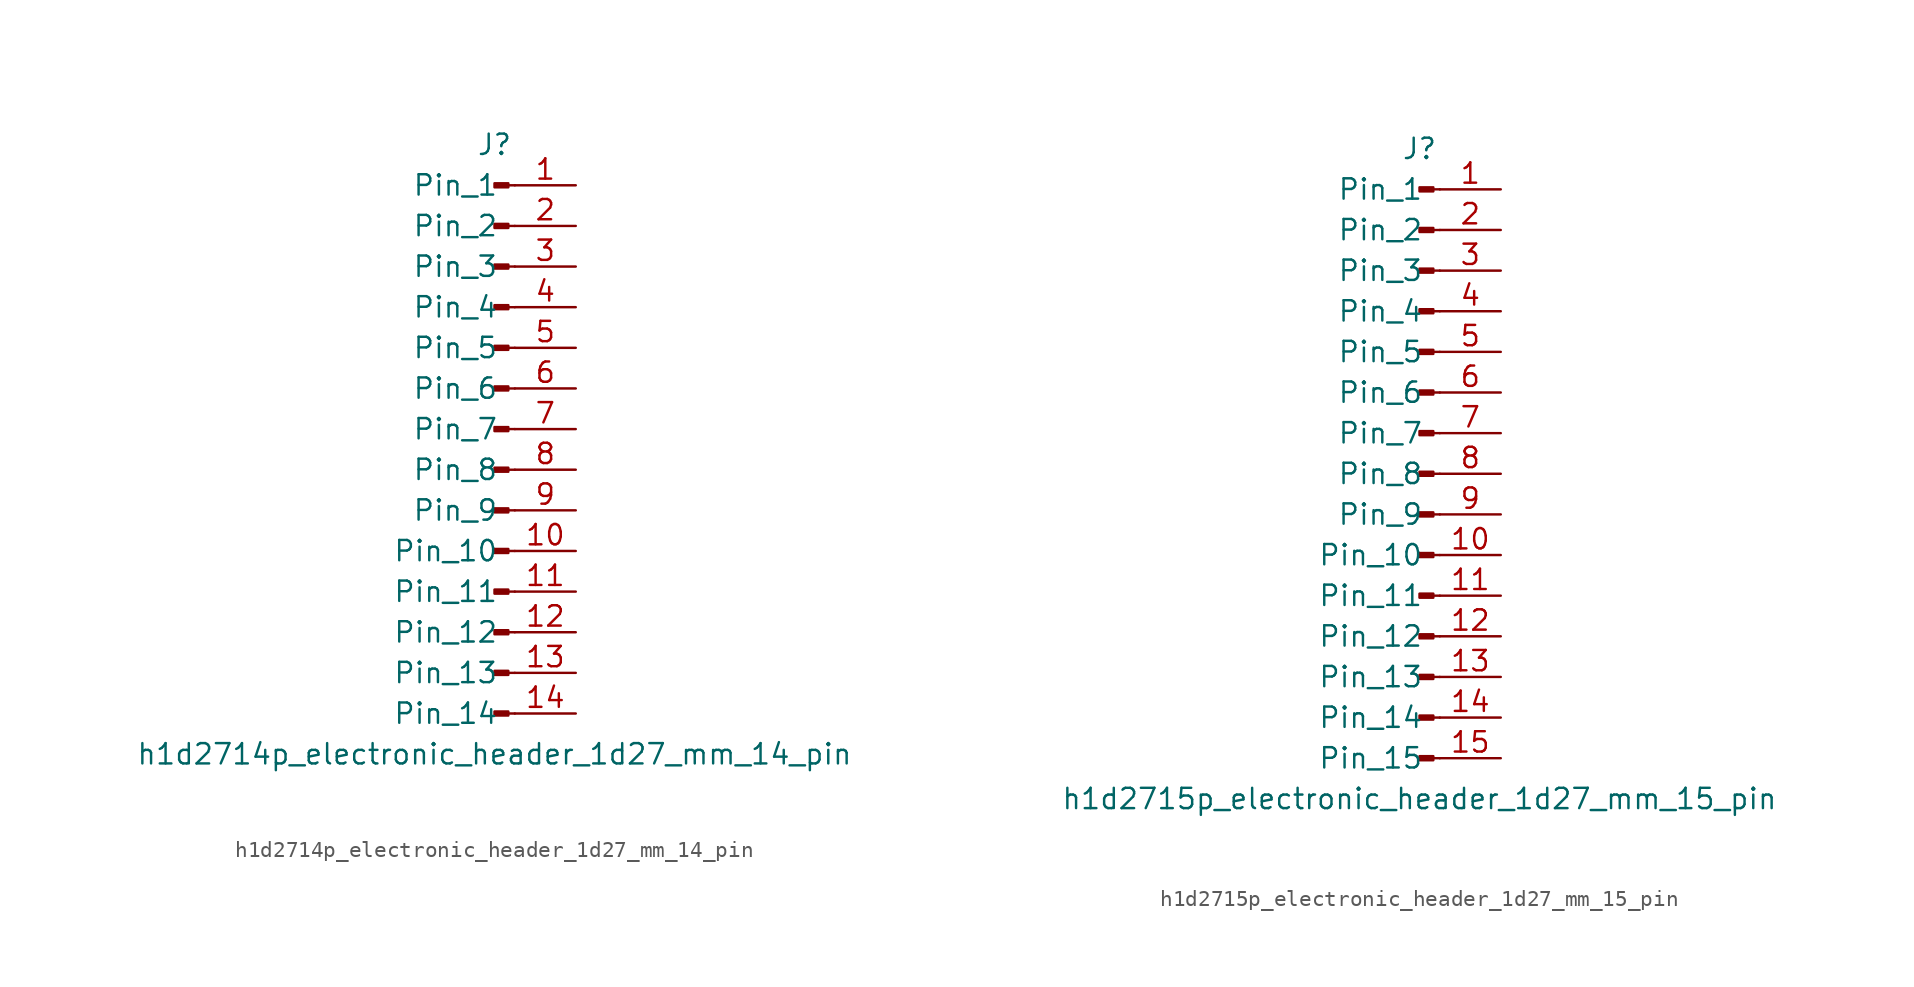
<source format=kicad_sym>
(kicad_symbol_lib
  (version 20220914)
  (generator kicad_symbol_editor)
  (symbol "h1d2714p_electronic_header_1d27_mm_14_pin"
    (pin_names
      (offset 1.016))
    (property "Reference" "J"
      (at 0 17.78 0)
      (effects (font (size 1.27 1.27))))
    (property "Value" "h1d2714p_electronic_header_1d27_mm_14_pin"
      (at 0 -20.32 0)
      (effects (font (size 1.27 1.27))))
    (property "ki_locked" ""
      (at 0 0 0)
      (effects (font (size 1.27 1.27))))
    (symbol "h1d2714p_electronic_header_1d27_mm_14_pin_1_1"
      (polyline (pts (xy 1.27 -17.78) (xy 0.864 -17.78)) (stroke (width 0.152) (type default)) (fill (type none)))
      (polyline (pts (xy 1.27 -15.24) (xy 0.864 -15.24)) (stroke (width 0.152) (type default)) (fill (type none)))
      (polyline (pts (xy 1.27 -12.7) (xy 0.864 -12.7)) (stroke (width 0.152) (type default)) (fill (type none)))
      (polyline (pts (xy 1.27 -10.16) (xy 0.864 -10.16)) (stroke (width 0.152) (type default)) (fill (type none)))
      (polyline (pts (xy 1.27 -7.62) (xy 0.864 -7.62)) (stroke (width 0.152) (type default)) (fill (type none)))
      (polyline (pts (xy 1.27 -5.08) (xy 0.864 -5.08)) (stroke (width 0.152) (type default)) (fill (type none)))
      (polyline (pts (xy 1.27 -2.54) (xy 0.864 -2.54)) (stroke (width 0.152) (type default)) (fill (type none)))
      (polyline (pts (xy 1.27 0) (xy 0.864 0)) (stroke (width 0.152) (type default)) (fill (type none)))
      (polyline (pts (xy 1.27 2.54) (xy 0.864 2.54)) (stroke (width 0.152) (type default)) (fill (type none)))
      (polyline (pts (xy 1.27 5.08) (xy 0.864 5.08)) (stroke (width 0.152) (type default)) (fill (type none)))
      (polyline (pts (xy 1.27 7.62) (xy 0.864 7.62)) (stroke (width 0.152) (type default)) (fill (type none)))
      (polyline (pts (xy 1.27 10.16) (xy 0.864 10.16)) (stroke (width 0.152) (type default)) (fill (type none)))
      (polyline (pts (xy 1.27 12.7) (xy 0.864 12.7)) (stroke (width 0.152) (type default)) (fill (type none)))
      (polyline (pts (xy 1.27 15.24) (xy 0.864 15.24)) (stroke (width 0.152) (type default)) (fill (type none)))
      (rectangle (start 0.864 -17.653) (end 0 -17.907) (stroke (width 0.152) (type default)) (fill (type outline)))
      (rectangle (start 0.864 -15.113) (end 0 -15.367) (stroke (width 0.152) (type default)) (fill (type outline)))
      (rectangle (start 0.864 -12.573) (end 0 -12.827) (stroke (width 0.152) (type default)) (fill (type outline)))
      (rectangle (start 0.864 -10.033) (end 0 -10.287) (stroke (width 0.152) (type default)) (fill (type outline)))
      (rectangle (start 0.864 -7.493) (end 0 -7.747) (stroke (width 0.152) (type default)) (fill (type outline)))
      (rectangle (start 0.864 -4.953) (end 0 -5.207) (stroke (width 0.152) (type default)) (fill (type outline)))
      (rectangle (start 0.864 -2.413) (end 0 -2.667) (stroke (width 0.152) (type default)) (fill (type outline)))
      (rectangle (start 0.864 0.127) (end 0 -0.127) (stroke (width 0.152) (type default)) (fill (type outline)))
      (rectangle (start 0.864 2.667) (end 0 2.413) (stroke (width 0.152) (type default)) (fill (type outline)))
      (rectangle (start 0.864 5.207) (end 0 4.953) (stroke (width 0.152) (type default)) (fill (type outline)))
      (rectangle (start 0.864 7.747) (end 0 7.493) (stroke (width 0.152) (type default)) (fill (type outline)))
      (rectangle (start 0.864 10.287) (end 0 10.033) (stroke (width 0.152) (type default)) (fill (type outline)))
      (rectangle (start 0.864 12.827) (end 0 12.573) (stroke (width 0.152) (type default)) (fill (type outline)))
      (rectangle (start 0.864 15.367) (end 0 15.113) (stroke (width 0.152) (type default)) (fill (type outline)))
      (pin passive line (at 5.08 15.24 180) (length 3.81) (name "Pin_1" (effects (font (size 1.27 1.27)))) (number "1" (effects (font (size 1.27 1.27)))))
      (pin passive line (at 5.08 -7.62 180) (length 3.81) (name "Pin_10" (effects (font (size 1.27 1.27)))) (number "10" (effects (font (size 1.27 1.27)))))
      (pin passive line (at 5.08 -10.16 180) (length 3.81) (name "Pin_11" (effects (font (size 1.27 1.27)))) (number "11" (effects (font (size 1.27 1.27)))))
      (pin passive line (at 5.08 -12.7 180) (length 3.81) (name "Pin_12" (effects (font (size 1.27 1.27)))) (number "12" (effects (font (size 1.27 1.27)))))
      (pin passive line (at 5.08 -15.24 180) (length 3.81) (name "Pin_13" (effects (font (size 1.27 1.27)))) (number "13" (effects (font (size 1.27 1.27)))))
      (pin passive line (at 5.08 -17.78 180) (length 3.81) (name "Pin_14" (effects (font (size 1.27 1.27)))) (number "14" (effects (font (size 1.27 1.27)))))
      (pin passive line (at 5.08 12.7 180) (length 3.81) (name "Pin_2" (effects (font (size 1.27 1.27)))) (number "2" (effects (font (size 1.27 1.27)))))
      (pin passive line (at 5.08 10.16 180) (length 3.81) (name "Pin_3" (effects (font (size 1.27 1.27)))) (number "3" (effects (font (size 1.27 1.27)))))
      (pin passive line (at 5.08 7.62 180) (length 3.81) (name "Pin_4" (effects (font (size 1.27 1.27)))) (number "4" (effects (font (size 1.27 1.27)))))
      (pin passive line (at 5.08 5.08 180) (length 3.81) (name "Pin_5" (effects (font (size 1.27 1.27)))) (number "5" (effects (font (size 1.27 1.27)))))
      (pin passive line (at 5.08 2.54 180) (length 3.81) (name "Pin_6" (effects (font (size 1.27 1.27)))) (number "6" (effects (font (size 1.27 1.27)))))
      (pin passive line (at 5.08 0 180) (length 3.81) (name "Pin_7" (effects (font (size 1.27 1.27)))) (number "7" (effects (font (size 1.27 1.27)))))
      (pin passive line (at 5.08 -2.54 180) (length 3.81) (name "Pin_8" (effects (font (size 1.27 1.27)))) (number "8" (effects (font (size 1.27 1.27)))))
      (pin passive line (at 5.08 -5.08 180) (length 3.81) (name "Pin_9" (effects (font (size 1.27 1.27)))) (number "9" (effects (font (size 1.27 1.27)))))))
  (symbol "h1d2715p_electronic_header_1d27_mm_15_pin"
    (pin_names
      (offset 1.016))
    (property "Reference" "J"
      (at 0 20.32 0)
      (effects (font (size 1.27 1.27))))
    (property "Value" "h1d2715p_electronic_header_1d27_mm_15_pin"
      (at 0 -20.32 0)
      (effects (font (size 1.27 1.27))))
    (property "ki_locked" ""
      (at 0 0 0)
      (effects (font (size 1.27 1.27))))
    (symbol "h1d2715p_electronic_header_1d27_mm_15_pin_1_1"
      (polyline (pts (xy 1.27 -17.78) (xy 0.864 -17.78)) (stroke (width 0.152) (type default)) (fill (type none)))
      (polyline (pts (xy 1.27 -15.24) (xy 0.864 -15.24)) (stroke (width 0.152) (type default)) (fill (type none)))
      (polyline (pts (xy 1.27 -12.7) (xy 0.864 -12.7)) (stroke (width 0.152) (type default)) (fill (type none)))
      (polyline (pts (xy 1.27 -10.16) (xy 0.864 -10.16)) (stroke (width 0.152) (type default)) (fill (type none)))
      (polyline (pts (xy 1.27 -7.62) (xy 0.864 -7.62)) (stroke (width 0.152) (type default)) (fill (type none)))
      (polyline (pts (xy 1.27 -5.08) (xy 0.864 -5.08)) (stroke (width 0.152) (type default)) (fill (type none)))
      (polyline (pts (xy 1.27 -2.54) (xy 0.864 -2.54)) (stroke (width 0.152) (type default)) (fill (type none)))
      (polyline (pts (xy 1.27 0) (xy 0.864 0)) (stroke (width 0.152) (type default)) (fill (type none)))
      (polyline (pts (xy 1.27 2.54) (xy 0.864 2.54)) (stroke (width 0.152) (type default)) (fill (type none)))
      (polyline (pts (xy 1.27 5.08) (xy 0.864 5.08)) (stroke (width 0.152) (type default)) (fill (type none)))
      (polyline (pts (xy 1.27 7.62) (xy 0.864 7.62)) (stroke (width 0.152) (type default)) (fill (type none)))
      (polyline (pts (xy 1.27 10.16) (xy 0.864 10.16)) (stroke (width 0.152) (type default)) (fill (type none)))
      (polyline (pts (xy 1.27 12.7) (xy 0.864 12.7)) (stroke (width 0.152) (type default)) (fill (type none)))
      (polyline (pts (xy 1.27 15.24) (xy 0.864 15.24)) (stroke (width 0.152) (type default)) (fill (type none)))
      (polyline (pts (xy 1.27 17.78) (xy 0.864 17.78)) (stroke (width 0.152) (type default)) (fill (type none)))
      (rectangle (start 0.864 -17.653) (end 0 -17.907) (stroke (width 0.152) (type default)) (fill (type outline)))
      (rectangle (start 0.864 -15.113) (end 0 -15.367) (stroke (width 0.152) (type default)) (fill (type outline)))
      (rectangle (start 0.864 -12.573) (end 0 -12.827) (stroke (width 0.152) (type default)) (fill (type outline)))
      (rectangle (start 0.864 -10.033) (end 0 -10.287) (stroke (width 0.152) (type default)) (fill (type outline)))
      (rectangle (start 0.864 -7.493) (end 0 -7.747) (stroke (width 0.152) (type default)) (fill (type outline)))
      (rectangle (start 0.864 -4.953) (end 0 -5.207) (stroke (width 0.152) (type default)) (fill (type outline)))
      (rectangle (start 0.864 -2.413) (end 0 -2.667) (stroke (width 0.152) (type default)) (fill (type outline)))
      (rectangle (start 0.864 0.127) (end 0 -0.127) (stroke (width 0.152) (type default)) (fill (type outline)))
      (rectangle (start 0.864 2.667) (end 0 2.413) (stroke (width 0.152) (type default)) (fill (type outline)))
      (rectangle (start 0.864 5.207) (end 0 4.953) (stroke (width 0.152) (type default)) (fill (type outline)))
      (rectangle (start 0.864 7.747) (end 0 7.493) (stroke (width 0.152) (type default)) (fill (type outline)))
      (rectangle (start 0.864 10.287) (end 0 10.033) (stroke (width 0.152) (type default)) (fill (type outline)))
      (rectangle (start 0.864 12.827) (end 0 12.573) (stroke (width 0.152) (type default)) (fill (type outline)))
      (rectangle (start 0.864 15.367) (end 0 15.113) (stroke (width 0.152) (type default)) (fill (type outline)))
      (rectangle (start 0.864 17.907) (end 0 17.653) (stroke (width 0.152) (type default)) (fill (type outline)))
      (pin passive line (at 5.08 17.78 180) (length 3.81) (name "Pin_1" (effects (font (size 1.27 1.27)))) (number "1" (effects (font (size 1.27 1.27)))))
      (pin passive line (at 5.08 -5.08 180) (length 3.81) (name "Pin_10" (effects (font (size 1.27 1.27)))) (number "10" (effects (font (size 1.27 1.27)))))
      (pin passive line (at 5.08 -7.62 180) (length 3.81) (name "Pin_11" (effects (font (size 1.27 1.27)))) (number "11" (effects (font (size 1.27 1.27)))))
      (pin passive line (at 5.08 -10.16 180) (length 3.81) (name "Pin_12" (effects (font (size 1.27 1.27)))) (number "12" (effects (font (size 1.27 1.27)))))
      (pin passive line (at 5.08 -12.7 180) (length 3.81) (name "Pin_13" (effects (font (size 1.27 1.27)))) (number "13" (effects (font (size 1.27 1.27)))))
      (pin passive line (at 5.08 -15.24 180) (length 3.81) (name "Pin_14" (effects (font (size 1.27 1.27)))) (number "14" (effects (font (size 1.27 1.27)))))
      (pin passive line (at 5.08 -17.78 180) (length 3.81) (name "Pin_15" (effects (font (size 1.27 1.27)))) (number "15" (effects (font (size 1.27 1.27)))))
      (pin passive line (at 5.08 15.24 180) (length 3.81) (name "Pin_2" (effects (font (size 1.27 1.27)))) (number "2" (effects (font (size 1.27 1.27)))))
      (pin passive line (at 5.08 12.7 180) (length 3.81) (name "Pin_3" (effects (font (size 1.27 1.27)))) (number "3" (effects (font (size 1.27 1.27)))))
      (pin passive line (at 5.08 10.16 180) (length 3.81) (name "Pin_4" (effects (font (size 1.27 1.27)))) (number "4" (effects (font (size 1.27 1.27)))))
      (pin passive line (at 5.08 7.62 180) (length 3.81) (name "Pin_5" (effects (font (size 1.27 1.27)))) (number "5" (effects (font (size 1.27 1.27)))))
      (pin passive line (at 5.08 5.08 180) (length 3.81) (name "Pin_6" (effects (font (size 1.27 1.27)))) (number "6" (effects (font (size 1.27 1.27)))))
      (pin passive line (at 5.08 2.54 180) (length 3.81) (name "Pin_7" (effects (font (size 1.27 1.27)))) (number "7" (effects (font (size 1.27 1.27)))))
      (pin passive line (at 5.08 0 180) (length 3.81) (name "Pin_8" (effects (font (size 1.27 1.27)))) (number "8" (effects (font (size 1.27 1.27)))))
      (pin passive line (at 5.08 -2.54 180) (length 3.81) (name "Pin_9" (effects (font (size 1.27 1.27)))) (number "9" (effects (font (size 1.27 1.27))))))))
</source>
